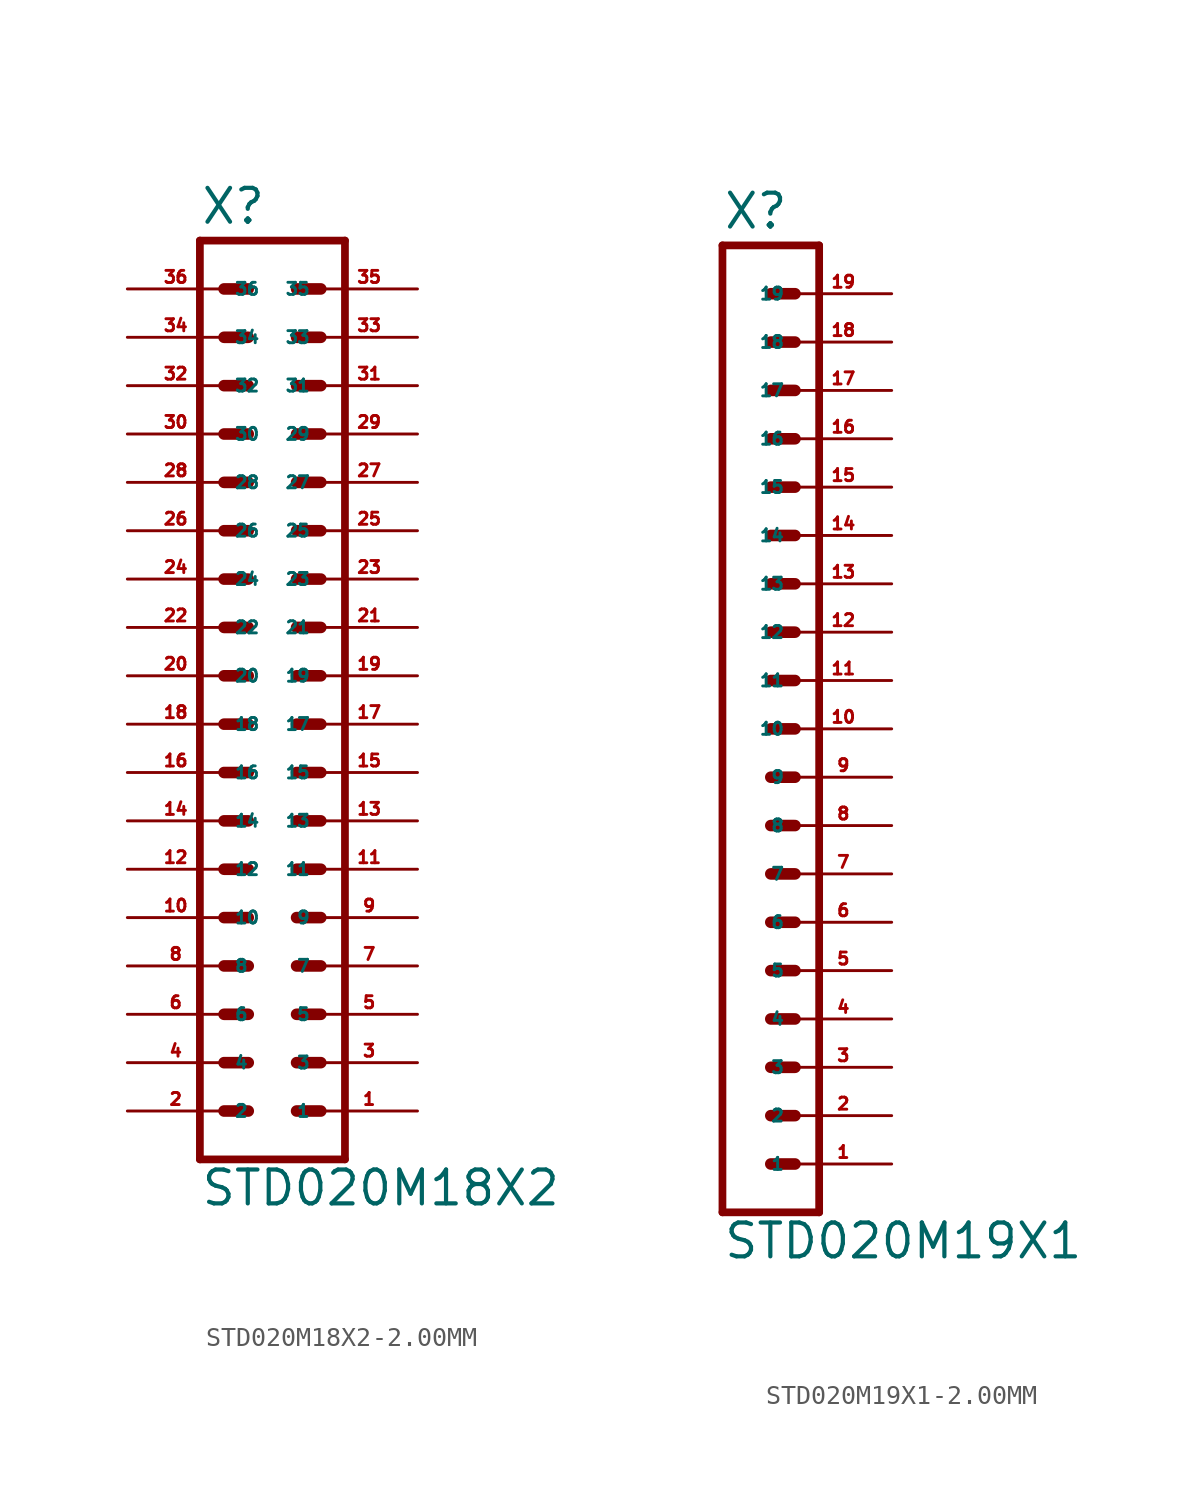
<source format=kicad_sym>
(kicad_symbol_lib
  (version 20220914)
  (generator Eagle2Kicad)
  (symbol "STD020M18X2-2.00MM"
    (property "Reference" "X"
      (at -3.81 26.162 0)
      (effects (font (size 1.778 1.778) (thickness 0.22)) (justify left bottom)))
    (property "Value" "STD020M18X2"
      (at -3.81 -25.4 0)
      (effects (font (size 1.778 1.778) (thickness 0.22)) (justify left bottom)))
    (polyline
      (pts (xy 3.81 -22.86) (xy -3.81 -22.86))
      (stroke (width 0.406) (type default))
      (fill (type none)))
    (polyline
      (pts (xy 1.27 -15.24) (xy 2.54 -15.24))
      (stroke (width 0.61) (type default))
      (fill (type none)))
    (polyline
      (pts (xy 1.27 -17.78) (xy 2.54 -17.78))
      (stroke (width 0.61) (type default))
      (fill (type none)))
    (polyline
      (pts (xy 1.27 -20.32) (xy 2.54 -20.32))
      (stroke (width 0.61) (type default))
      (fill (type none)))
    (polyline
      (pts (xy -2.54 -15.24) (xy -1.27 -15.24))
      (stroke (width 0.61) (type default))
      (fill (type none)))
    (polyline
      (pts (xy -2.54 -17.78) (xy -1.27 -17.78))
      (stroke (width 0.61) (type default))
      (fill (type none)))
    (polyline
      (pts (xy -2.54 -20.32) (xy -1.27 -20.32))
      (stroke (width 0.61) (type default))
      (fill (type none)))
    (polyline
      (pts (xy 1.27 -10.16) (xy 2.54 -10.16))
      (stroke (width 0.61) (type default))
      (fill (type none)))
    (polyline
      (pts (xy 1.27 -12.7) (xy 2.54 -12.7))
      (stroke (width 0.61) (type default))
      (fill (type none)))
    (polyline
      (pts (xy -2.54 -10.16) (xy -1.27 -10.16))
      (stroke (width 0.61) (type default))
      (fill (type none)))
    (polyline
      (pts (xy -2.54 -12.7) (xy -1.27 -12.7))
      (stroke (width 0.61) (type default))
      (fill (type none)))
    (polyline
      (pts (xy 1.27 -2.54) (xy 2.54 -2.54))
      (stroke (width 0.61) (type default))
      (fill (type none)))
    (polyline
      (pts (xy 1.27 -5.08) (xy 2.54 -5.08))
      (stroke (width 0.61) (type default))
      (fill (type none)))
    (polyline
      (pts (xy 1.27 -7.62) (xy 2.54 -7.62))
      (stroke (width 0.61) (type default))
      (fill (type none)))
    (polyline
      (pts (xy -2.54 -2.54) (xy -1.27 -2.54))
      (stroke (width 0.61) (type default))
      (fill (type none)))
    (polyline
      (pts (xy -2.54 -5.08) (xy -1.27 -5.08))
      (stroke (width 0.61) (type default))
      (fill (type none)))
    (polyline
      (pts (xy -2.54 -7.62) (xy -1.27 -7.62))
      (stroke (width 0.61) (type default))
      (fill (type none)))
    (polyline
      (pts (xy 1.27 2.54) (xy 2.54 2.54))
      (stroke (width 0.61) (type default))
      (fill (type none)))
    (polyline
      (pts (xy 1.27 0) (xy 2.54 0))
      (stroke (width 0.61) (type default))
      (fill (type none)))
    (polyline
      (pts (xy -2.54 2.54) (xy -1.27 2.54))
      (stroke (width 0.61) (type default))
      (fill (type none)))
    (polyline
      (pts (xy -2.54 0) (xy -1.27 0))
      (stroke (width 0.61) (type default))
      (fill (type none)))
    (polyline
      (pts (xy 1.27 10.16) (xy 2.54 10.16))
      (stroke (width 0.61) (type default))
      (fill (type none)))
    (polyline
      (pts (xy 1.27 7.62) (xy 2.54 7.62))
      (stroke (width 0.61) (type default))
      (fill (type none)))
    (polyline
      (pts (xy 1.27 5.08) (xy 2.54 5.08))
      (stroke (width 0.61) (type default))
      (fill (type none)))
    (polyline
      (pts (xy -2.54 10.16) (xy -1.27 10.16))
      (stroke (width 0.61) (type default))
      (fill (type none)))
    (polyline
      (pts (xy -2.54 7.62) (xy -1.27 7.62))
      (stroke (width 0.61) (type default))
      (fill (type none)))
    (polyline
      (pts (xy -2.54 5.08) (xy -1.27 5.08))
      (stroke (width 0.61) (type default))
      (fill (type none)))
    (polyline
      (pts (xy 1.27 15.24) (xy 2.54 15.24))
      (stroke (width 0.61) (type default))
      (fill (type none)))
    (polyline
      (pts (xy 1.27 12.7) (xy 2.54 12.7))
      (stroke (width 0.61) (type default))
      (fill (type none)))
    (polyline
      (pts (xy -2.54 15.24) (xy -1.27 15.24))
      (stroke (width 0.61) (type default))
      (fill (type none)))
    (polyline
      (pts (xy -2.54 12.7) (xy -1.27 12.7))
      (stroke (width 0.61) (type default))
      (fill (type none)))
    (polyline
      (pts (xy 1.27 20.32) (xy 2.54 20.32))
      (stroke (width 0.61) (type default))
      (fill (type none)))
    (polyline
      (pts (xy 1.27 17.78) (xy 2.54 17.78))
      (stroke (width 0.61) (type default))
      (fill (type none)))
    (polyline
      (pts (xy -2.54 20.32) (xy -1.27 20.32))
      (stroke (width 0.61) (type default))
      (fill (type none)))
    (polyline
      (pts (xy -2.54 17.78) (xy -1.27 17.78))
      (stroke (width 0.61) (type default))
      (fill (type none)))
    (polyline
      (pts (xy -3.81 25.4) (xy -3.81 -22.86))
      (stroke (width 0.406) (type default))
      (fill (type none)))
    (polyline
      (pts (xy 3.81 -22.86) (xy 3.81 25.4))
      (stroke (width 0.406) (type default))
      (fill (type none)))
    (polyline
      (pts (xy -3.81 25.4) (xy 3.81 25.4))
      (stroke (width 0.406) (type default))
      (fill (type none)))
    (polyline
      (pts (xy 1.27 22.86) (xy 2.54 22.86))
      (stroke (width 0.61) (type default))
      (fill (type none)))
    (polyline
      (pts (xy -2.54 22.86) (xy -1.27 22.86))
      (stroke (width 0.61) (type default))
      (fill (type none)))
    (pin passive line
      (at 7.62 -20.32 180)
      (length 5.08)
      (name "1" (effects (font (size 0.635 0.635) (thickness 0.08)) (justify left bottom)))
      (number "1" (effects (font (size 0.635 0.635) (thickness 0.08)) (justify left bottom))))
    (pin passive line
      (at 7.62 -17.78 180)
      (length 5.08)
      (name "3" (effects (font (size 0.635 0.635) (thickness 0.08)) (justify left bottom)))
      (number "3" (effects (font (size 0.635 0.635) (thickness 0.08)) (justify left bottom))))
    (pin passive line
      (at 7.62 -15.24 180)
      (length 5.08)
      (name "5" (effects (font (size 0.635 0.635) (thickness 0.08)) (justify left bottom)))
      (number "5" (effects (font (size 0.635 0.635) (thickness 0.08)) (justify left bottom))))
    (pin passive line
      (at -7.62 -20.32 0)
      (length 5.08)
      (name "2" (effects (font (size 0.635 0.635) (thickness 0.08)) (justify left bottom)))
      (number "2" (effects (font (size 0.635 0.635) (thickness 0.08)) (justify left bottom))))
    (pin passive line
      (at -7.62 -17.78 0)
      (length 5.08)
      (name "4" (effects (font (size 0.635 0.635) (thickness 0.08)) (justify left bottom)))
      (number "4" (effects (font (size 0.635 0.635) (thickness 0.08)) (justify left bottom))))
    (pin passive line
      (at -7.62 -15.24 0)
      (length 5.08)
      (name "6" (effects (font (size 0.635 0.635) (thickness 0.08)) (justify left bottom)))
      (number "6" (effects (font (size 0.635 0.635) (thickness 0.08)) (justify left bottom))))
    (pin passive line
      (at 7.62 -12.7 180)
      (length 5.08)
      (name "7" (effects (font (size 0.635 0.635) (thickness 0.08)) (justify left bottom)))
      (number "7" (effects (font (size 0.635 0.635) (thickness 0.08)) (justify left bottom))))
    (pin passive line
      (at 7.62 -10.16 180)
      (length 5.08)
      (name "9" (effects (font (size 0.635 0.635) (thickness 0.08)) (justify left bottom)))
      (number "9" (effects (font (size 0.635 0.635) (thickness 0.08)) (justify left bottom))))
    (pin passive line
      (at -7.62 -12.7 0)
      (length 5.08)
      (name "8" (effects (font (size 0.635 0.635) (thickness 0.08)) (justify left bottom)))
      (number "8" (effects (font (size 0.635 0.635) (thickness 0.08)) (justify left bottom))))
    (pin passive line
      (at -7.62 -10.16 0)
      (length 5.08)
      (name "10" (effects (font (size 0.635 0.635) (thickness 0.08)) (justify left bottom)))
      (number "10" (effects (font (size 0.635 0.635) (thickness 0.08)) (justify left bottom))))
    (pin passive line
      (at 7.62 -7.62 180)
      (length 5.08)
      (name "11" (effects (font (size 0.635 0.635) (thickness 0.08)) (justify left bottom)))
      (number "11" (effects (font (size 0.635 0.635) (thickness 0.08)) (justify left bottom))))
    (pin passive line
      (at 7.62 -5.08 180)
      (length 5.08)
      (name "13" (effects (font (size 0.635 0.635) (thickness 0.08)) (justify left bottom)))
      (number "13" (effects (font (size 0.635 0.635) (thickness 0.08)) (justify left bottom))))
    (pin passive line
      (at 7.62 -2.54 180)
      (length 5.08)
      (name "15" (effects (font (size 0.635 0.635) (thickness 0.08)) (justify left bottom)))
      (number "15" (effects (font (size 0.635 0.635) (thickness 0.08)) (justify left bottom))))
    (pin passive line
      (at -7.62 -7.62 0)
      (length 5.08)
      (name "12" (effects (font (size 0.635 0.635) (thickness 0.08)) (justify left bottom)))
      (number "12" (effects (font (size 0.635 0.635) (thickness 0.08)) (justify left bottom))))
    (pin passive line
      (at -7.62 -5.08 0)
      (length 5.08)
      (name "14" (effects (font (size 0.635 0.635) (thickness 0.08)) (justify left bottom)))
      (number "14" (effects (font (size 0.635 0.635) (thickness 0.08)) (justify left bottom))))
    (pin passive line
      (at -7.62 -2.54 0)
      (length 5.08)
      (name "16" (effects (font (size 0.635 0.635) (thickness 0.08)) (justify left bottom)))
      (number "16" (effects (font (size 0.635 0.635) (thickness 0.08)) (justify left bottom))))
    (pin passive line
      (at 7.62 0 180)
      (length 5.08)
      (name "17" (effects (font (size 0.635 0.635) (thickness 0.08)) (justify left bottom)))
      (number "17" (effects (font (size 0.635 0.635) (thickness 0.08)) (justify left bottom))))
    (pin passive line
      (at 7.62 2.54 180)
      (length 5.08)
      (name "19" (effects (font (size 0.635 0.635) (thickness 0.08)) (justify left bottom)))
      (number "19" (effects (font (size 0.635 0.635) (thickness 0.08)) (justify left bottom))))
    (pin passive line
      (at -7.62 0 0)
      (length 5.08)
      (name "18" (effects (font (size 0.635 0.635) (thickness 0.08)) (justify left bottom)))
      (number "18" (effects (font (size 0.635 0.635) (thickness 0.08)) (justify left bottom))))
    (pin passive line
      (at -7.62 2.54 0)
      (length 5.08)
      (name "20" (effects (font (size 0.635 0.635) (thickness 0.08)) (justify left bottom)))
      (number "20" (effects (font (size 0.635 0.635) (thickness 0.08)) (justify left bottom))))
    (pin passive line
      (at 7.62 5.08 180)
      (length 5.08)
      (name "21" (effects (font (size 0.635 0.635) (thickness 0.08)) (justify left bottom)))
      (number "21" (effects (font (size 0.635 0.635) (thickness 0.08)) (justify left bottom))))
    (pin passive line
      (at 7.62 7.62 180)
      (length 5.08)
      (name "23" (effects (font (size 0.635 0.635) (thickness 0.08)) (justify left bottom)))
      (number "23" (effects (font (size 0.635 0.635) (thickness 0.08)) (justify left bottom))))
    (pin passive line
      (at 7.62 10.16 180)
      (length 5.08)
      (name "25" (effects (font (size 0.635 0.635) (thickness 0.08)) (justify left bottom)))
      (number "25" (effects (font (size 0.635 0.635) (thickness 0.08)) (justify left bottom))))
    (pin passive line
      (at -7.62 5.08 0)
      (length 5.08)
      (name "22" (effects (font (size 0.635 0.635) (thickness 0.08)) (justify left bottom)))
      (number "22" (effects (font (size 0.635 0.635) (thickness 0.08)) (justify left bottom))))
    (pin passive line
      (at -7.62 7.62 0)
      (length 5.08)
      (name "24" (effects (font (size 0.635 0.635) (thickness 0.08)) (justify left bottom)))
      (number "24" (effects (font (size 0.635 0.635) (thickness 0.08)) (justify left bottom))))
    (pin passive line
      (at -7.62 10.16 0)
      (length 5.08)
      (name "26" (effects (font (size 0.635 0.635) (thickness 0.08)) (justify left bottom)))
      (number "26" (effects (font (size 0.635 0.635) (thickness 0.08)) (justify left bottom))))
    (pin passive line
      (at 7.62 12.7 180)
      (length 5.08)
      (name "27" (effects (font (size 0.635 0.635) (thickness 0.08)) (justify left bottom)))
      (number "27" (effects (font (size 0.635 0.635) (thickness 0.08)) (justify left bottom))))
    (pin passive line
      (at 7.62 15.24 180)
      (length 5.08)
      (name "29" (effects (font (size 0.635 0.635) (thickness 0.08)) (justify left bottom)))
      (number "29" (effects (font (size 0.635 0.635) (thickness 0.08)) (justify left bottom))))
    (pin passive line
      (at -7.62 12.7 0)
      (length 5.08)
      (name "28" (effects (font (size 0.635 0.635) (thickness 0.08)) (justify left bottom)))
      (number "28" (effects (font (size 0.635 0.635) (thickness 0.08)) (justify left bottom))))
    (pin passive line
      (at -7.62 15.24 0)
      (length 5.08)
      (name "30" (effects (font (size 0.635 0.635) (thickness 0.08)) (justify left bottom)))
      (number "30" (effects (font (size 0.635 0.635) (thickness 0.08)) (justify left bottom))))
    (pin passive line
      (at 7.62 17.78 180)
      (length 5.08)
      (name "31" (effects (font (size 0.635 0.635) (thickness 0.08)) (justify left bottom)))
      (number "31" (effects (font (size 0.635 0.635) (thickness 0.08)) (justify left bottom))))
    (pin passive line
      (at 7.62 20.32 180)
      (length 5.08)
      (name "33" (effects (font (size 0.635 0.635) (thickness 0.08)) (justify left bottom)))
      (number "33" (effects (font (size 0.635 0.635) (thickness 0.08)) (justify left bottom))))
    (pin passive line
      (at -7.62 17.78 0)
      (length 5.08)
      (name "32" (effects (font (size 0.635 0.635) (thickness 0.08)) (justify left bottom)))
      (number "32" (effects (font (size 0.635 0.635) (thickness 0.08)) (justify left bottom))))
    (pin passive line
      (at -7.62 20.32 0)
      (length 5.08)
      (name "34" (effects (font (size 0.635 0.635) (thickness 0.08)) (justify left bottom)))
      (number "34" (effects (font (size 0.635 0.635) (thickness 0.08)) (justify left bottom))))
    (pin passive line
      (at 7.62 22.86 180)
      (length 5.08)
      (name "35" (effects (font (size 0.635 0.635) (thickness 0.08)) (justify left bottom)))
      (number "35" (effects (font (size 0.635 0.635) (thickness 0.08)) (justify left bottom))))
    (pin passive line
      (at -7.62 22.86 0)
      (length 5.08)
      (name "36" (effects (font (size 0.635 0.635) (thickness 0.08)) (justify left bottom)))
      (number "36" (effects (font (size 0.635 0.635) (thickness 0.08)) (justify left bottom)))))
  (symbol "STD020M19X1-2.00MM"
    (property "Reference" "X"
      (at -1.27 36.322 0)
      (effects (font (size 1.778 1.778) (thickness 0.22)) (justify left bottom)))
    (property "Value" "STD020M19X1"
      (at -1.27 -17.78 0)
      (effects (font (size 1.778 1.778) (thickness 0.22)) (justify left bottom)))
    (polyline
      (pts (xy 3.81 -15.24) (xy -1.27 -15.24))
      (stroke (width 0.406) (type default))
      (fill (type none)))
    (polyline
      (pts (xy 1.27 -7.62) (xy 2.54 -7.62))
      (stroke (width 0.61) (type default))
      (fill (type none)))
    (polyline
      (pts (xy 1.27 -10.16) (xy 2.54 -10.16))
      (stroke (width 0.61) (type default))
      (fill (type none)))
    (polyline
      (pts (xy 1.27 -12.7) (xy 2.54 -12.7))
      (stroke (width 0.61) (type default))
      (fill (type none)))
    (polyline
      (pts (xy 1.27 -2.54) (xy 2.54 -2.54))
      (stroke (width 0.61) (type default))
      (fill (type none)))
    (polyline
      (pts (xy 1.27 -5.08) (xy 2.54 -5.08))
      (stroke (width 0.61) (type default))
      (fill (type none)))
    (polyline
      (pts (xy 1.27 5.08) (xy 2.54 5.08))
      (stroke (width 0.61) (type default))
      (fill (type none)))
    (polyline
      (pts (xy 1.27 2.54) (xy 2.54 2.54))
      (stroke (width 0.61) (type default))
      (fill (type none)))
    (polyline
      (pts (xy 1.27 0) (xy 2.54 0))
      (stroke (width 0.61) (type default))
      (fill (type none)))
    (polyline
      (pts (xy 1.27 10.16) (xy 2.54 10.16))
      (stroke (width 0.61) (type default))
      (fill (type none)))
    (polyline
      (pts (xy 1.27 7.62) (xy 2.54 7.62))
      (stroke (width 0.61) (type default))
      (fill (type none)))
    (polyline
      (pts (xy 1.27 15.24) (xy 2.54 15.24))
      (stroke (width 0.61) (type default))
      (fill (type none)))
    (polyline
      (pts (xy 1.27 12.7) (xy 2.54 12.7))
      (stroke (width 0.61) (type default))
      (fill (type none)))
    (polyline
      (pts (xy -1.27 35.56) (xy -1.27 -15.24))
      (stroke (width 0.406) (type default))
      (fill (type none)))
    (polyline
      (pts (xy 3.81 -15.24) (xy 3.81 35.56))
      (stroke (width 0.406) (type default))
      (fill (type none)))
    (polyline
      (pts (xy -1.27 35.56) (xy 3.81 35.56))
      (stroke (width 0.406) (type default))
      (fill (type none)))
    (polyline
      (pts (xy 1.27 22.86) (xy 2.54 22.86))
      (stroke (width 0.61) (type default))
      (fill (type none)))
    (polyline
      (pts (xy 1.27 20.32) (xy 2.54 20.32))
      (stroke (width 0.61) (type default))
      (fill (type none)))
    (polyline
      (pts (xy 1.27 17.78) (xy 2.54 17.78))
      (stroke (width 0.61) (type default))
      (fill (type none)))
    (polyline
      (pts (xy 1.27 27.94) (xy 2.54 27.94))
      (stroke (width 0.61) (type default))
      (fill (type none)))
    (polyline
      (pts (xy 1.27 25.4) (xy 2.54 25.4))
      (stroke (width 0.61) (type default))
      (fill (type none)))
    (polyline
      (pts (xy 1.27 33.02) (xy 2.54 33.02))
      (stroke (width 0.61) (type default))
      (fill (type none)))
    (polyline
      (pts (xy 1.27 30.48) (xy 2.54 30.48))
      (stroke (width 0.61) (type default))
      (fill (type none)))
    (pin passive line
      (at 7.62 -12.7 180)
      (length 5.08)
      (name "1" (effects (font (size 0.635 0.635) (thickness 0.08)) (justify left bottom)))
      (number "1" (effects (font (size 0.635 0.635) (thickness 0.08)) (justify left bottom))))
    (pin passive line
      (at 7.62 -10.16 180)
      (length 5.08)
      (name "2" (effects (font (size 0.635 0.635) (thickness 0.08)) (justify left bottom)))
      (number "2" (effects (font (size 0.635 0.635) (thickness 0.08)) (justify left bottom))))
    (pin passive line
      (at 7.62 -7.62 180)
      (length 5.08)
      (name "3" (effects (font (size 0.635 0.635) (thickness 0.08)) (justify left bottom)))
      (number "3" (effects (font (size 0.635 0.635) (thickness 0.08)) (justify left bottom))))
    (pin passive line
      (at 7.62 -5.08 180)
      (length 5.08)
      (name "4" (effects (font (size 0.635 0.635) (thickness 0.08)) (justify left bottom)))
      (number "4" (effects (font (size 0.635 0.635) (thickness 0.08)) (justify left bottom))))
    (pin passive line
      (at 7.62 -2.54 180)
      (length 5.08)
      (name "5" (effects (font (size 0.635 0.635) (thickness 0.08)) (justify left bottom)))
      (number "5" (effects (font (size 0.635 0.635) (thickness 0.08)) (justify left bottom))))
    (pin passive line
      (at 7.62 0 180)
      (length 5.08)
      (name "6" (effects (font (size 0.635 0.635) (thickness 0.08)) (justify left bottom)))
      (number "6" (effects (font (size 0.635 0.635) (thickness 0.08)) (justify left bottom))))
    (pin passive line
      (at 7.62 2.54 180)
      (length 5.08)
      (name "7" (effects (font (size 0.635 0.635) (thickness 0.08)) (justify left bottom)))
      (number "7" (effects (font (size 0.635 0.635) (thickness 0.08)) (justify left bottom))))
    (pin passive line
      (at 7.62 5.08 180)
      (length 5.08)
      (name "8" (effects (font (size 0.635 0.635) (thickness 0.08)) (justify left bottom)))
      (number "8" (effects (font (size 0.635 0.635) (thickness 0.08)) (justify left bottom))))
    (pin passive line
      (at 7.62 7.62 180)
      (length 5.08)
      (name "9" (effects (font (size 0.635 0.635) (thickness 0.08)) (justify left bottom)))
      (number "9" (effects (font (size 0.635 0.635) (thickness 0.08)) (justify left bottom))))
    (pin passive line
      (at 7.62 10.16 180)
      (length 5.08)
      (name "10" (effects (font (size 0.635 0.635) (thickness 0.08)) (justify left bottom)))
      (number "10" (effects (font (size 0.635 0.635) (thickness 0.08)) (justify left bottom))))
    (pin passive line
      (at 7.62 12.7 180)
      (length 5.08)
      (name "11" (effects (font (size 0.635 0.635) (thickness 0.08)) (justify left bottom)))
      (number "11" (effects (font (size 0.635 0.635) (thickness 0.08)) (justify left bottom))))
    (pin passive line
      (at 7.62 15.24 180)
      (length 5.08)
      (name "12" (effects (font (size 0.635 0.635) (thickness 0.08)) (justify left bottom)))
      (number "12" (effects (font (size 0.635 0.635) (thickness 0.08)) (justify left bottom))))
    (pin passive line
      (at 7.62 17.78 180)
      (length 5.08)
      (name "13" (effects (font (size 0.635 0.635) (thickness 0.08)) (justify left bottom)))
      (number "13" (effects (font (size 0.635 0.635) (thickness 0.08)) (justify left bottom))))
    (pin passive line
      (at 7.62 20.32 180)
      (length 5.08)
      (name "14" (effects (font (size 0.635 0.635) (thickness 0.08)) (justify left bottom)))
      (number "14" (effects (font (size 0.635 0.635) (thickness 0.08)) (justify left bottom))))
    (pin passive line
      (at 7.62 22.86 180)
      (length 5.08)
      (name "15" (effects (font (size 0.635 0.635) (thickness 0.08)) (justify left bottom)))
      (number "15" (effects (font (size 0.635 0.635) (thickness 0.08)) (justify left bottom))))
    (pin passive line
      (at 7.62 25.4 180)
      (length 5.08)
      (name "16" (effects (font (size 0.635 0.635) (thickness 0.08)) (justify left bottom)))
      (number "16" (effects (font (size 0.635 0.635) (thickness 0.08)) (justify left bottom))))
    (pin passive line
      (at 7.62 27.94 180)
      (length 5.08)
      (name "17" (effects (font (size 0.635 0.635) (thickness 0.08)) (justify left bottom)))
      (number "17" (effects (font (size 0.635 0.635) (thickness 0.08)) (justify left bottom))))
    (pin passive line
      (at 7.62 30.48 180)
      (length 5.08)
      (name "18" (effects (font (size 0.635 0.635) (thickness 0.08)) (justify left bottom)))
      (number "18" (effects (font (size 0.635 0.635) (thickness 0.08)) (justify left bottom))))
    (pin passive line
      (at 7.62 33.02 180)
      (length 5.08)
      (name "19" (effects (font (size 0.635 0.635) (thickness 0.08)) (justify left bottom)))
      (number "19" (effects (font (size 0.635 0.635) (thickness 0.08)) (justify left bottom))))))
</source>
